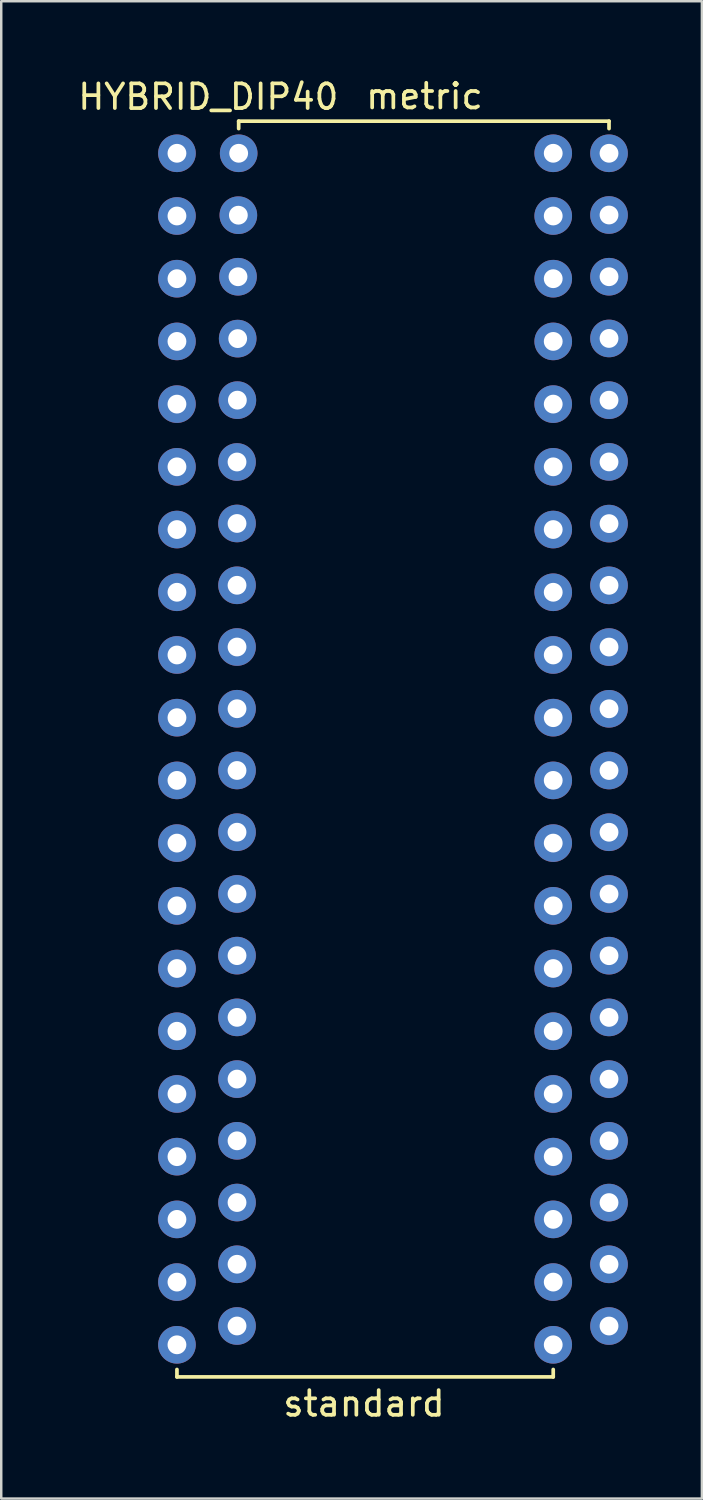
<source format=kicad_pcb>
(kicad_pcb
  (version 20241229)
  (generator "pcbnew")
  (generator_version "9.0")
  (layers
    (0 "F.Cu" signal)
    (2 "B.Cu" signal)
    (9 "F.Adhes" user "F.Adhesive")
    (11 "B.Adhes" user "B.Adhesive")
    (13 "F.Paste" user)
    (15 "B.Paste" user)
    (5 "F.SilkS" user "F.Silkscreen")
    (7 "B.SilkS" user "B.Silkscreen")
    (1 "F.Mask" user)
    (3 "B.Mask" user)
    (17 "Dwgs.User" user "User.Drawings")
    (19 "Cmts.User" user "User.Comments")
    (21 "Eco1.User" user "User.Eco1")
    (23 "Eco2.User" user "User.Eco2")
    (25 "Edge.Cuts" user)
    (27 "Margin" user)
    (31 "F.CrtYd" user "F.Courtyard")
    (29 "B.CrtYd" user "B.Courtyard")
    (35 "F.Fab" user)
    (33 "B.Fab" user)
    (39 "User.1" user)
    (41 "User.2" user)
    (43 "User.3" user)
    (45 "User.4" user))
  (footprint "HYBRID_DIP40"
    (layer "F.Cu")
    (at 13.193 27.298)
    (property "Reference" "HYBRID_DIP40" (at -7.806 -26.426 0) (layer "F.SilkS") (effects (font (size 1 1) (thickness 0.15))))
    (attr through_hole)
    (fp_line (start -9.076 25.12) (end -9.076 25.42) (stroke (width 0.15) (type solid)) (layer "F.SilkS"))
    (fp_line (start -9.076 25.42) (end 6.164 25.42) (stroke (width 0.15) (type solid)) (layer "F.SilkS"))
    (fp_line (start -6.576 -25.44) (end 8.424 -25.44) (stroke (width 0.15) (type solid)) (layer "F.SilkS"))
    (fp_line (start -6.576 -25.14) (end -6.576 -25.44) (stroke (width 0.15) (type solid)) (layer "F.SilkS"))
    (fp_line (start 6.164 25.12) (end 6.164 25.42) (stroke (width 0.15) (type solid)) (layer "F.SilkS"))
    (fp_line (start 8.424 -25.14) (end 8.424 -25.44) (stroke (width 0.15) (type solid)) (layer "F.SilkS"))
    (fp_text user "standard" (at -1.5 26.5 0) (layer "F.SilkS") (effects (font (size 1 1) (thickness 0.15))))
    (fp_text user "metric" (at 0.95 -26.45 0) (layer "F.SilkS") (effects (font (size 1 1) (thickness 0.15))))
    (pad "1" thru_hole circle (at -9.076 -24.14) (size 1.524 1.524) (drill 0.762) (layers "*.Cu" "*.Mask"))
    (pad "1" thru_hole circle (at -6.576 -24.14) (size 1.524 1.524) (drill 0.762) (layers "*.Cu" "*.Mask"))
    (pad "2" thru_hole circle (at -9.076 -21.6) (size 1.524 1.524) (drill 0.762) (layers "*.Cu" "*.Mask"))
    (pad "2" thru_hole circle (at -6.589 -21.632) (size 1.524 1.524) (drill 0.762) (layers "*.Cu" "*.Mask"))
    (pad "3" thru_hole circle (at -9.076 -19.06) (size 1.524 1.524) (drill 0.762) (layers "*.Cu" "*.Mask"))
    (pad "3" thru_hole circle (at -6.603 -19.139) (size 1.524 1.524) (drill 0.762) (layers "*.Cu" "*.Mask"))
    (pad "4" thru_hole circle (at -9.076 -16.52) (size 1.524 1.524) (drill 0.762) (layers "*.Cu" "*.Mask"))
    (pad "4" thru_hole circle (at -6.616 -16.633) (size 1.524 1.524) (drill 0.762) (layers "*.Cu" "*.Mask"))
    (pad "5" thru_hole circle (at -9.076 -13.98) (size 1.524 1.524) (drill 0.762) (layers "*.Cu" "*.Mask"))
    (pad "5" thru_hole circle (at -6.629 -14.141) (size 1.524 1.524) (drill 0.762) (layers "*.Cu" "*.Mask"))
    (pad "6" thru_hole circle (at -9.076 -11.44) (size 1.524 1.524) (drill 0.762) (layers "*.Cu" "*.Mask"))
    (pad "6" thru_hole circle (at -6.643 -11.636) (size 1.524 1.524) (drill 0.762) (layers "*.Cu" "*.Mask"))
    (pad "7" thru_hole circle (at -9.076 -8.9) (size 1.524 1.524) (drill 0.762) (layers "*.Cu" "*.Mask"))
    (pad "7" thru_hole circle (at -6.643 -9.146) (size 1.524 1.524) (drill 0.762) (layers "*.Cu" "*.Mask"))
    (pad "8" thru_hole circle (at -9.076 -6.36) (size 1.524 1.524) (drill 0.762) (layers "*.Cu" "*.Mask"))
    (pad "8" thru_hole circle (at -6.643 -6.642) (size 1.524 1.524) (drill 0.762) (layers "*.Cu" "*.Mask"))
    (pad "9" thru_hole circle (at -9.076 -3.82) (size 1.524 1.524) (drill 0.762) (layers "*.Cu" "*.Mask"))
    (pad "9" thru_hole circle (at -6.643 -4.142) (size 1.524 1.524) (drill 0.762) (layers "*.Cu" "*.Mask"))
    (pad "10" thru_hole circle (at -9.076 -1.28) (size 1.524 1.524) (drill 0.762) (layers "*.Cu" "*.Mask"))
    (pad "10" thru_hole circle (at -6.643 -1.642) (size 1.524 1.524) (drill 0.762) (layers "*.Cu" "*.Mask"))
    (pad "11" thru_hole circle (at -9.076 1.26) (size 1.524 1.524) (drill 0.762) (layers "*.Cu" "*.Mask"))
    (pad "11" thru_hole circle (at -6.643 0.858) (size 1.524 1.524) (drill 0.762) (layers "*.Cu" "*.Mask"))
    (pad "12" thru_hole circle (at -9.076 3.8) (size 1.524 1.524) (drill 0.762) (layers "*.Cu" "*.Mask"))
    (pad "12" thru_hole circle (at -6.643 3.358) (size 1.524 1.524) (drill 0.762) (layers "*.Cu" "*.Mask"))
    (pad "13" thru_hole circle (at -9.076 6.34) (size 1.524 1.524) (drill 0.762) (layers "*.Cu" "*.Mask"))
    (pad "13" thru_hole circle (at -6.643 5.858) (size 1.524 1.524) (drill 0.762) (layers "*.Cu" "*.Mask"))
    (pad "14" thru_hole circle (at -9.076 8.88) (size 1.524 1.524) (drill 0.762) (layers "*.Cu" "*.Mask"))
    (pad "14" thru_hole circle (at -6.643 8.358) (size 1.524 1.524) (drill 0.762) (layers "*.Cu" "*.Mask"))
    (pad "15" thru_hole circle (at -9.076 11.42) (size 1.524 1.524) (drill 0.762) (layers "*.Cu" "*.Mask"))
    (pad "15" thru_hole circle (at -6.643 10.858) (size 1.524 1.524) (drill 0.762) (layers "*.Cu" "*.Mask"))
    (pad "16" thru_hole circle (at -9.076 13.96) (size 1.524 1.524) (drill 0.762) (layers "*.Cu" "*.Mask"))
    (pad "16" thru_hole circle (at -6.643 13.358) (size 1.524 1.524) (drill 0.762) (layers "*.Cu" "*.Mask"))
    (pad "17" thru_hole circle (at -9.076 16.5) (size 1.524 1.524) (drill 0.762) (layers "*.Cu" "*.Mask"))
    (pad "17" thru_hole circle (at -6.643 15.858) (size 1.524 1.524) (drill 0.762) (layers "*.Cu" "*.Mask"))
    (pad "18" thru_hole circle (at -9.076 19.04) (size 1.524 1.524) (drill 0.762) (layers "*.Cu" "*.Mask"))
    (pad "18" thru_hole circle (at -6.643 18.358) (size 1.524 1.524) (drill 0.762) (layers "*.Cu" "*.Mask"))
    (pad "19" thru_hole circle (at -9.076 21.58) (size 1.524 1.524) (drill 0.762) (layers "*.Cu" "*.Mask"))
    (pad "19" thru_hole circle (at -6.643 20.858) (size 1.524 1.524) (drill 0.762) (layers "*.Cu" "*.Mask"))
    (pad "20" thru_hole circle (at -9.076 24.12) (size 1.524 1.524) (drill 0.762) (layers "*.Cu" "*.Mask"))
    (pad "20" thru_hole circle (at -6.643 23.358) (size 1.524 1.524) (drill 0.762) (layers "*.Cu" "*.Mask"))
    (pad "21" thru_hole circle (at 6.164 24.12) (size 1.524 1.524) (drill 0.762) (layers "*.Cu" "*.Mask"))
    (pad "21" thru_hole circle (at 8.424 23.36) (size 1.524 1.524) (drill 0.762) (layers "*.Cu" "*.Mask"))
    (pad "22" thru_hole circle (at 6.164 21.58) (size 1.524 1.524) (drill 0.762) (layers "*.Cu" "*.Mask"))
    (pad "22" thru_hole circle (at 8.424 20.86) (size 1.524 1.524) (drill 0.762) (layers "*.Cu" "*.Mask"))
    (pad "23" thru_hole circle (at 6.164 19.04) (size 1.524 1.524) (drill 0.762) (layers "*.Cu" "*.Mask"))
    (pad "23" thru_hole circle (at 8.424 18.36) (size 1.524 1.524) (drill 0.762) (layers "*.Cu" "*.Mask"))
    (pad "24" thru_hole circle (at 6.164 16.5) (size 1.524 1.524) (drill 0.762) (layers "*.Cu" "*.Mask"))
    (pad "24" thru_hole circle (at 8.424 15.86) (size 1.524 1.524) (drill 0.762) (layers "*.Cu" "*.Mask"))
    (pad "25" thru_hole circle (at 6.164 13.96) (size 1.524 1.524) (drill 0.762) (layers "*.Cu" "*.Mask"))
    (pad "25" thru_hole circle (at 8.424 13.36) (size 1.524 1.524) (drill 0.762) (layers "*.Cu" "*.Mask"))
    (pad "26" thru_hole circle (at 6.164 11.42) (size 1.524 1.524) (drill 0.762) (layers "*.Cu" "*.Mask"))
    (pad "26" thru_hole circle (at 8.424 10.86) (size 1.524 1.524) (drill 0.762) (layers "*.Cu" "*.Mask"))
    (pad "27" thru_hole circle (at 6.164 8.88) (size 1.524 1.524) (drill 0.762) (layers "*.Cu" "*.Mask"))
    (pad "27" thru_hole circle (at 8.424 8.36) (size 1.524 1.524) (drill 0.762) (layers "*.Cu" "*.Mask"))
    (pad "28" thru_hole circle (at 6.164 6.34) (size 1.524 1.524) (drill 0.762) (layers "*.Cu" "*.Mask"))
    (pad "28" thru_hole circle (at 8.424 5.86) (size 1.524 1.524) (drill 0.762) (layers "*.Cu" "*.Mask"))
    (pad "29" thru_hole circle (at 6.164 3.8) (size 1.524 1.524) (drill 0.762) (layers "*.Cu" "*.Mask"))
    (pad "29" thru_hole circle (at 8.424 3.36) (size 1.524 1.524) (drill 0.762) (layers "*.Cu" "*.Mask"))
    (pad "30" thru_hole circle (at 6.164 1.26) (size 1.524 1.524) (drill 0.762) (layers "*.Cu" "*.Mask"))
    (pad "30" thru_hole circle (at 8.424 0.86) (size 1.524 1.524) (drill 0.762) (layers "*.Cu" "*.Mask"))
    (pad "31" thru_hole circle (at 6.164 -1.28) (size 1.524 1.524) (drill 0.762) (layers "*.Cu" "*.Mask"))
    (pad "31" thru_hole circle (at 8.424 -1.64) (size 1.524 1.524) (drill 0.762) (layers "*.Cu" "*.Mask"))
    (pad "32" thru_hole circle (at 6.164 -3.82) (size 1.524 1.524) (drill 0.762) (layers "*.Cu" "*.Mask"))
    (pad "32" thru_hole circle (at 8.424 -4.14) (size 1.524 1.524) (drill 0.762) (layers "*.Cu" "*.Mask"))
    (pad "33" thru_hole circle (at 6.164 -6.36) (size 1.524 1.524) (drill 0.762) (layers "*.Cu" "*.Mask"))
    (pad "33" thru_hole circle (at 8.424 -6.64) (size 1.524 1.524) (drill 0.762) (layers "*.Cu" "*.Mask"))
    (pad "34" thru_hole circle (at 6.164 -8.9) (size 1.524 1.524) (drill 0.762) (layers "*.Cu" "*.Mask"))
    (pad "34" thru_hole circle (at 8.424 -9.14) (size 1.524 1.524) (drill 0.762) (layers "*.Cu" "*.Mask"))
    (pad "35" thru_hole circle (at 6.164 -11.44) (size 1.524 1.524) (drill 0.762) (layers "*.Cu" "*.Mask"))
    (pad "35" thru_hole circle (at 8.424 -11.64) (size 1.524 1.524) (drill 0.762) (layers "*.Cu" "*.Mask"))
    (pad "36" thru_hole circle (at 6.164 -13.98) (size 1.524 1.524) (drill 0.762) (layers "*.Cu" "*.Mask"))
    (pad "36" thru_hole circle (at 8.424 -14.14) (size 1.524 1.524) (drill 0.762) (layers "*.Cu" "*.Mask"))
    (pad "37" thru_hole circle (at 6.164 -16.52) (size 1.524 1.524) (drill 0.762) (layers "*.Cu" "*.Mask"))
    (pad "37" thru_hole circle (at 8.424 -16.64) (size 1.524 1.524) (drill 0.762) (layers "*.Cu" "*.Mask"))
    (pad "38" thru_hole circle (at 6.164 -19.06) (size 1.524 1.524) (drill 0.762) (layers "*.Cu" "*.Mask"))
    (pad "38" thru_hole circle (at 8.424 -19.14) (size 1.524 1.524) (drill 0.762) (layers "*.Cu" "*.Mask"))
    (pad "39" thru_hole circle (at 6.164 -21.6) (size 1.524 1.524) (drill 0.762) (layers "*.Cu" "*.Mask"))
    (pad "39" thru_hole circle (at 8.424 -21.64) (size 1.524 1.524) (drill 0.762) (layers "*.Cu" "*.Mask"))
    (pad "40" thru_hole circle (at 6.164 -24.14) (size 1.524 1.524) (drill 0.762) (layers "*.Cu" "*.Mask"))
    (pad "40" thru_hole circle (at 8.424 -24.14) (size 1.524 1.524) (drill 0.762) (layers "*.Cu" "*.Mask")))
  (gr_rect
    (start -3 -3)
    (end 25.379 57.647)
    (stroke (width 0.1) (type default))
    (fill no)
    (layer "Edge.Cuts")))
</source>
